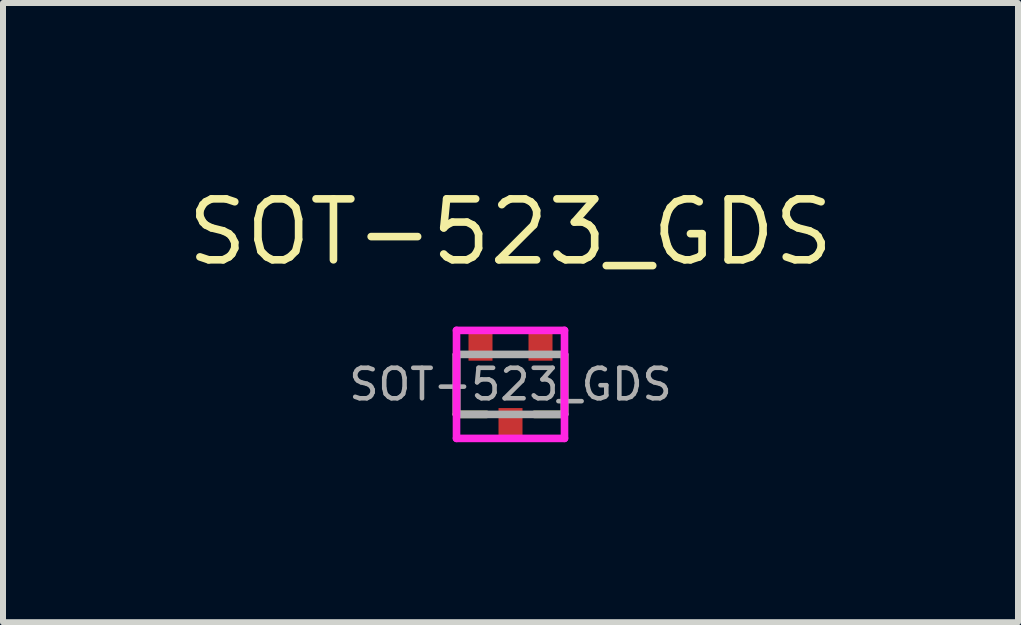
<source format=kicad_pcb>
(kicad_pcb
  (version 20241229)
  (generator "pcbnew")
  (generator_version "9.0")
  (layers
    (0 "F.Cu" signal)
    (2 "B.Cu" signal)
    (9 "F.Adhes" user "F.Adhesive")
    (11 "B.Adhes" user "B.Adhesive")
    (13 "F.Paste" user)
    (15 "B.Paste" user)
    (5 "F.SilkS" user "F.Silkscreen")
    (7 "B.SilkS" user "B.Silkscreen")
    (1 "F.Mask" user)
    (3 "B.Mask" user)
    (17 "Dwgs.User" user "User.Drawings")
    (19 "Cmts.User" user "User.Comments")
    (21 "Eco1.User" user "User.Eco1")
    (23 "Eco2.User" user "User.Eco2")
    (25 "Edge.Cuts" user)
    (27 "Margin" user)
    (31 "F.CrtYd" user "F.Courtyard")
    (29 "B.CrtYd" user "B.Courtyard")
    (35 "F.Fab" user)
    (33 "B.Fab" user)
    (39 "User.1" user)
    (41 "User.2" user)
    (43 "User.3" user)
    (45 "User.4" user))
  (footprint "SOT-523_GDS"
    (layer "F.Cu")
    (at 5.459 3.357)
    (property "Reference" "SOT-523_GDS" (at 0 -2.54 0) (layer "F.SilkS") (effects (font (size 1.016 1.016) (thickness 0.127))))
    (attr smd)
    (fp_line (start -0.9 -0.5) (end -0.9 0.5) (stroke (width 0.127) (type solid)) (layer "F.SilkS"))
    (fp_line (start -0.9 0.5) (end -0.4 0.5) (stroke (width 0.127) (type solid)) (layer "F.SilkS"))
    (fp_line (start 0.4 0.5) (end 0.9 0.5) (stroke (width 0.127) (type solid)) (layer "F.SilkS"))
    (fp_line (start 0.9 0.5) (end 0.9 -0.5) (stroke (width 0.127) (type solid)) (layer "F.SilkS"))
    (fp_line (start -0.9 -0.9) (end 0.9 -0.9) (stroke (width 0.127) (type solid)) (layer "F.CrtYd"))
    (fp_line (start -0.9 0.9) (end -0.9 -0.9) (stroke (width 0.127) (type solid)) (layer "F.CrtYd"))
    (fp_line (start 0.9 -0.9) (end 0.9 0.9) (stroke (width 0.127) (type solid)) (layer "F.CrtYd"))
    (fp_line (start 0.9 0.9) (end -0.9 0.9) (stroke (width 0.127) (type solid)) (layer "F.CrtYd"))
    (fp_line (start -0.9 -0.5) (end -0.9 0.5) (stroke (width 0.127) (type solid)) (layer "F.Fab"))
    (fp_line (start -0.9 0.5) (end 0.9 0.5) (stroke (width 0.127) (type solid)) (layer "F.Fab"))
    (fp_line (start 0.9 -0.5) (end -0.9 -0.5) (stroke (width 0.127) (type solid)) (layer "F.Fab"))
    (fp_line (start 0.9 0.5) (end 0.9 -0.5) (stroke (width 0.127) (type solid)) (layer "F.Fab"))
    (fp_text user "${REFERENCE}" (at 0 0 0) (layer "F.Fab") (effects (font (size 0.508 0.508) (thickness 0.076))))
    (pad "D" smd rect (at 0 0.65) (size 0.4 0.51) (layers "F.Cu" "F.Mask" "F.Paste"))
    (pad "G" smd rect (at 0.5 -0.65) (size 0.4 0.51) (layers "F.Cu" "F.Mask" "F.Paste"))
    (pad "S" smd rect (at -0.5 -0.65) (size 0.4 0.51) (layers "F.Cu" "F.Mask" "F.Paste")))
  (gr_rect
    (start -3 -3)
    (end 13.918 7.321)
    (stroke (width 0.1) (type default))
    (fill no)
    (layer "Edge.Cuts")))
</source>
